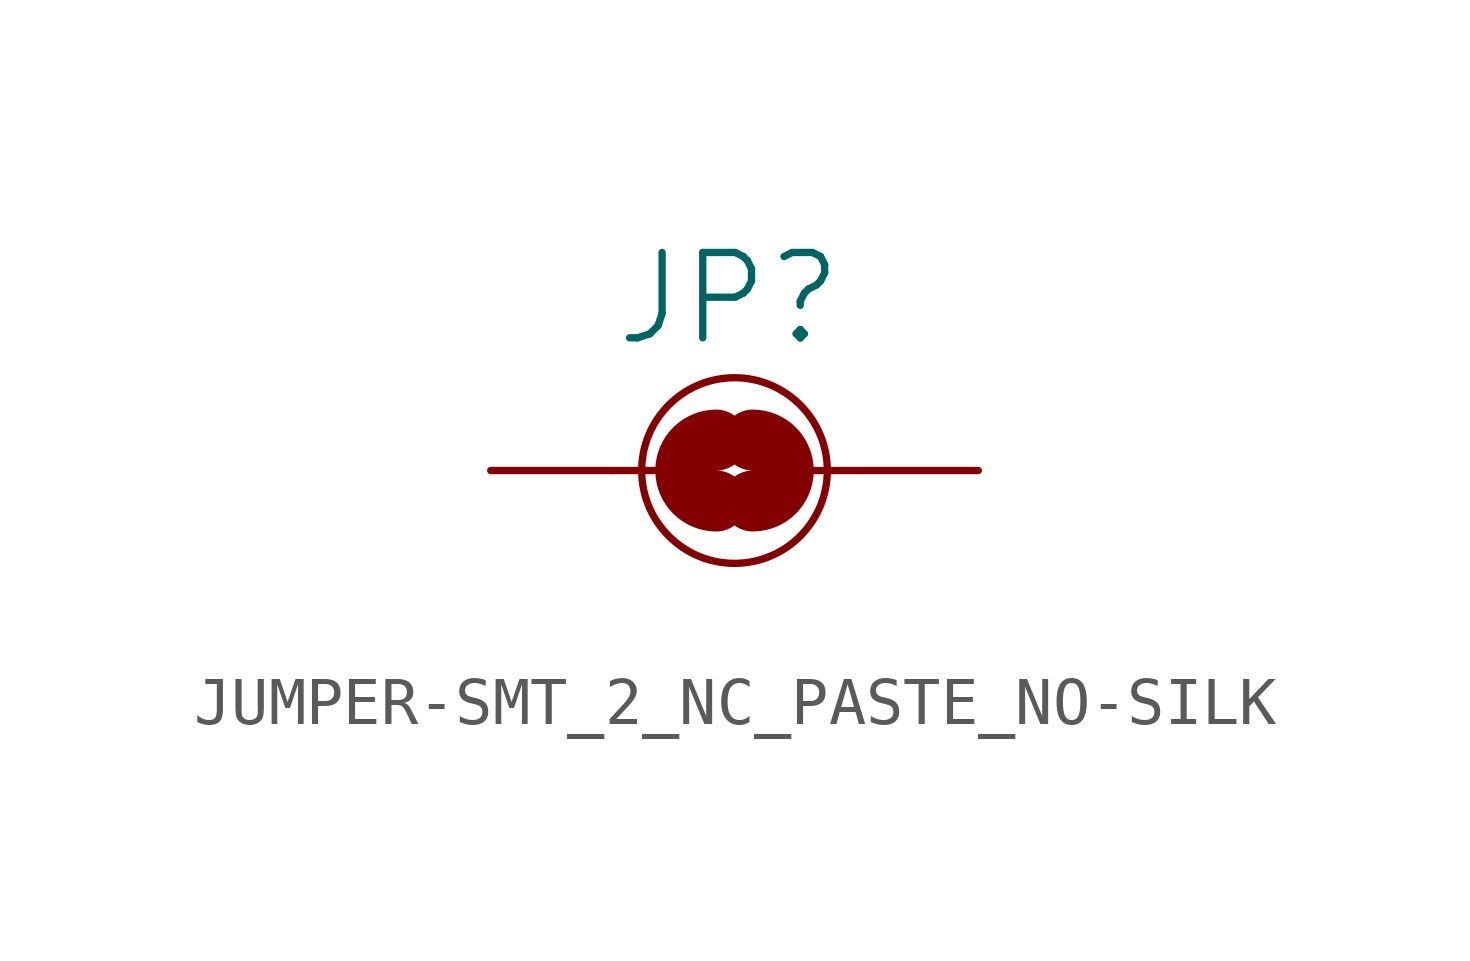
<source format=kicad_sym>
(kicad_symbol_lib
  (version 20231120)
  (generator "kicad_symbol_editor")
  (generator_version "8.0")
  (symbol "JUMPER-SMT_2_NC_PASTE_NO-SILK"
    (property "Reference" "JP"
      (at -2.54 2.54 0)
      (effects (font (size 1.778 1.778)) (justify left bottom)))
    (property "Value" ""
      (at -2.54 -2.54 0)
      (effects (font (size 1.778 1.778)) (justify left top)))
    (property "ki_locked" ""
      (at 0 0 0)
      (effects (font (size 1.27 1.27))))
    (symbol "JUMPER-SMT_2_NC_PASTE_NO-SILK_1_0"
      (arc (start -0.3808 0.635) (mid -1.0159 0.0001) (end -0.381 -0.635) (stroke (width 1.27) (type solid)) (fill (type none)))
      (polyline (pts (xy -2.54 0) (xy -1.651 0)) (stroke (width 0.152) (type solid)) (fill (type none)))
      (polyline (pts (xy 2.54 0) (xy 1.651 0)) (stroke (width 0.152) (type solid)) (fill (type none)))
      (circle (center 0 0) (radius 1.934) (stroke (width 0) (type solid)) (fill (type none)))
      (arc (start 0.3808 -0.635) (mid 1.0159 -0.0001) (end 0.381 0.635) (stroke (width 1.27) (type solid)) (fill (type none)))
      (pin passive line (at -5.08 0 0) (length 2.54) (name "1" (effects (font (size 0 0)))) (number "1" (effects (font (size 0 0)))))
      (pin passive line (at 5.08 0 180) (length 2.54) (name "2" (effects (font (size 0 0)))) (number "2" (effects (font (size 0 0))))))))
</source>
